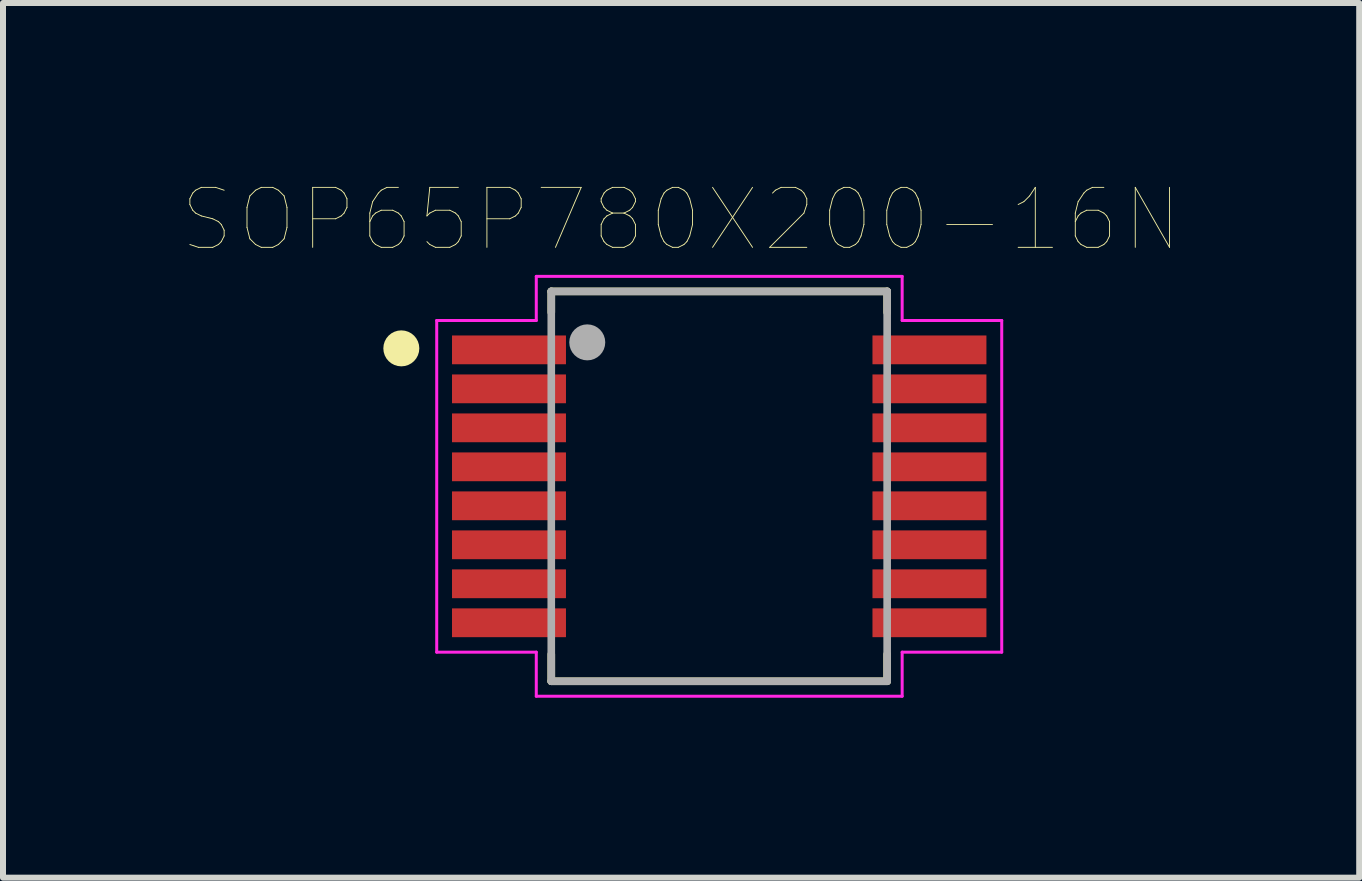
<source format=kicad_pcb>
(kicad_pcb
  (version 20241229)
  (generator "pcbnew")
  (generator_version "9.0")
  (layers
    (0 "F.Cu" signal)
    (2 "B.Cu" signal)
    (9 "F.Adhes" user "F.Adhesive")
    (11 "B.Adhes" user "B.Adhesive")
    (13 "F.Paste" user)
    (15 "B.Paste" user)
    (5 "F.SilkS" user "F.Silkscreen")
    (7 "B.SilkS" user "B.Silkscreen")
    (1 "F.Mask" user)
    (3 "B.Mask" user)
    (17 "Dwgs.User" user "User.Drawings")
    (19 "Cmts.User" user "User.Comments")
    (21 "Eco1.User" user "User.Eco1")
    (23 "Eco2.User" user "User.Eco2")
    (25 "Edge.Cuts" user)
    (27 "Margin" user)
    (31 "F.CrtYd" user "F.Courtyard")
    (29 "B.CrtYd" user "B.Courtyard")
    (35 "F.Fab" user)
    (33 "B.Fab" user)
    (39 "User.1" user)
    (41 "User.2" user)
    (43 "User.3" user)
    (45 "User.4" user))
  (footprint "SOP65P780X200-16N"
    (layer "F.Cu")
    (at 8.941 5.058)
    (property "Reference" "SOP65P780X200-16N" (at -0.635 -4.446 0) (layer "F.SilkS") (effects (font (size 1 1) (thickness 0.015))))
    (attr through_hole)
    (fp_line (start -2.8 -3.25) (end 2.8 -3.25) (stroke (width 0.127) (type solid)) (layer "F.SilkS"))
    (fp_line (start -2.8 -2.9) (end -2.8 -3.25) (stroke (width 0.127) (type solid)) (layer "F.SilkS"))
    (fp_line (start -2.8 3.25) (end -2.8 2.8) (stroke (width 0.127) (type solid)) (layer "F.SilkS"))
    (fp_line (start -2.8 3.25) (end 2.8 3.25) (stroke (width 0.127) (type solid)) (layer "F.SilkS"))
    (fp_line (start 2.8 -3.25) (end 2.8 -2.9) (stroke (width 0.127) (type solid)) (layer "F.SilkS"))
    (fp_line (start 2.8 3.25) (end 2.8 2.8) (stroke (width 0.127) (type solid)) (layer "F.SilkS"))
    (fp_circle (center -5.3 -2.3) (end -5.15 -2.3) (stroke (width 0.3) (type solid)) (fill no) (layer "F.SilkS"))
    (fp_line (start -4.71 -2.765) (end -3.05 -2.765) (stroke (width 0.05) (type solid)) (layer "F.CrtYd"))
    (fp_line (start -4.71 2.765) (end -4.71 -2.765) (stroke (width 0.05) (type solid)) (layer "F.CrtYd"))
    (fp_line (start -3.05 -3.5) (end 3.05 -3.5) (stroke (width 0.05) (type solid)) (layer "F.CrtYd"))
    (fp_line (start -3.05 -2.765) (end -3.05 -3.5) (stroke (width 0.05) (type solid)) (layer "F.CrtYd"))
    (fp_line (start -3.05 2.765) (end -4.71 2.765) (stroke (width 0.05) (type solid)) (layer "F.CrtYd"))
    (fp_line (start -3.05 3.5) (end -3.05 2.765) (stroke (width 0.05) (type solid)) (layer "F.CrtYd"))
    (fp_line (start 3.05 -3.5) (end 3.05 -2.765) (stroke (width 0.05) (type solid)) (layer "F.CrtYd"))
    (fp_line (start 3.05 -2.765) (end 4.71 -2.765) (stroke (width 0.05) (type solid)) (layer "F.CrtYd"))
    (fp_line (start 3.05 2.765) (end 3.05 3.5) (stroke (width 0.05) (type solid)) (layer "F.CrtYd"))
    (fp_line (start 3.05 3.5) (end -3.05 3.5) (stroke (width 0.05) (type solid)) (layer "F.CrtYd"))
    (fp_line (start 4.71 -2.765) (end 4.71 2.765) (stroke (width 0.05) (type solid)) (layer "F.CrtYd"))
    (fp_line (start 4.71 2.765) (end 3.05 2.765) (stroke (width 0.05) (type solid)) (layer "F.CrtYd"))
    (fp_line (start -2.8 -3.25) (end 2.8 -3.25) (stroke (width 0.127) (type solid)) (layer "F.Fab"))
    (fp_line (start -2.8 3.25) (end -2.8 -3.25) (stroke (width 0.127) (type solid)) (layer "F.Fab"))
    (fp_line (start 2.8 -3.25) (end 2.8 3.25) (stroke (width 0.127) (type solid)) (layer "F.Fab"))
    (fp_line (start 2.8 3.25) (end -2.8 3.25) (stroke (width 0.127) (type solid)) (layer "F.Fab"))
    (fp_circle (center -2.2 -2.4) (end -2.05 -2.4) (stroke (width 0.3) (type solid)) (fill no) (layer "F.Fab"))
    (pad "1" smd rect (at -3.505 -2.275) (size 1.9 0.48) (layers "F.Cu" "F.Mask" "F.Paste"))
    (pad "2" smd rect (at -3.505 -1.625) (size 1.9 0.48) (layers "F.Cu" "F.Mask" "F.Paste"))
    (pad "3" smd rect (at -3.505 -0.975) (size 1.9 0.48) (layers "F.Cu" "F.Mask" "F.Paste"))
    (pad "4" smd rect (at -3.505 -0.325) (size 1.9 0.48) (layers "F.Cu" "F.Mask" "F.Paste"))
    (pad "5" smd rect (at -3.505 0.325) (size 1.9 0.48) (layers "F.Cu" "F.Mask" "F.Paste"))
    (pad "6" smd rect (at -3.505 0.975) (size 1.9 0.48) (layers "F.Cu" "F.Mask" "F.Paste"))
    (pad "7" smd rect (at -3.505 1.625) (size 1.9 0.48) (layers "F.Cu" "F.Mask" "F.Paste"))
    (pad "8" smd rect (at -3.505 2.275) (size 1.9 0.48) (layers "F.Cu" "F.Mask" "F.Paste"))
    (pad "9" smd rect (at 3.505 2.275) (size 1.9 0.48) (layers "F.Cu" "F.Mask" "F.Paste"))
    (pad "10" smd rect (at 3.505 1.625) (size 1.9 0.48) (layers "F.Cu" "F.Mask" "F.Paste"))
    (pad "11" smd rect (at 3.505 0.975) (size 1.9 0.48) (layers "F.Cu" "F.Mask" "F.Paste"))
    (pad "12" smd rect (at 3.505 0.325) (size 1.9 0.48) (layers "F.Cu" "F.Mask" "F.Paste"))
    (pad "13" smd rect (at 3.505 -0.325) (size 1.9 0.48) (layers "F.Cu" "F.Mask" "F.Paste"))
    (pad "14" smd rect (at 3.505 -0.975) (size 1.9 0.48) (layers "F.Cu" "F.Mask" "F.Paste"))
    (pad "15" smd rect (at 3.505 -1.625) (size 1.9 0.48) (layers "F.Cu" "F.Mask" "F.Paste"))
    (pad "16" smd rect (at 3.505 -2.275) (size 1.9 0.48) (layers "F.Cu" "F.Mask" "F.Paste")))
  (gr_rect
    (start -3 -3)
    (end 19.611 11.583)
    (stroke (width 0.1) (type default))
    (fill no)
    (layer "Edge.Cuts")))
</source>
